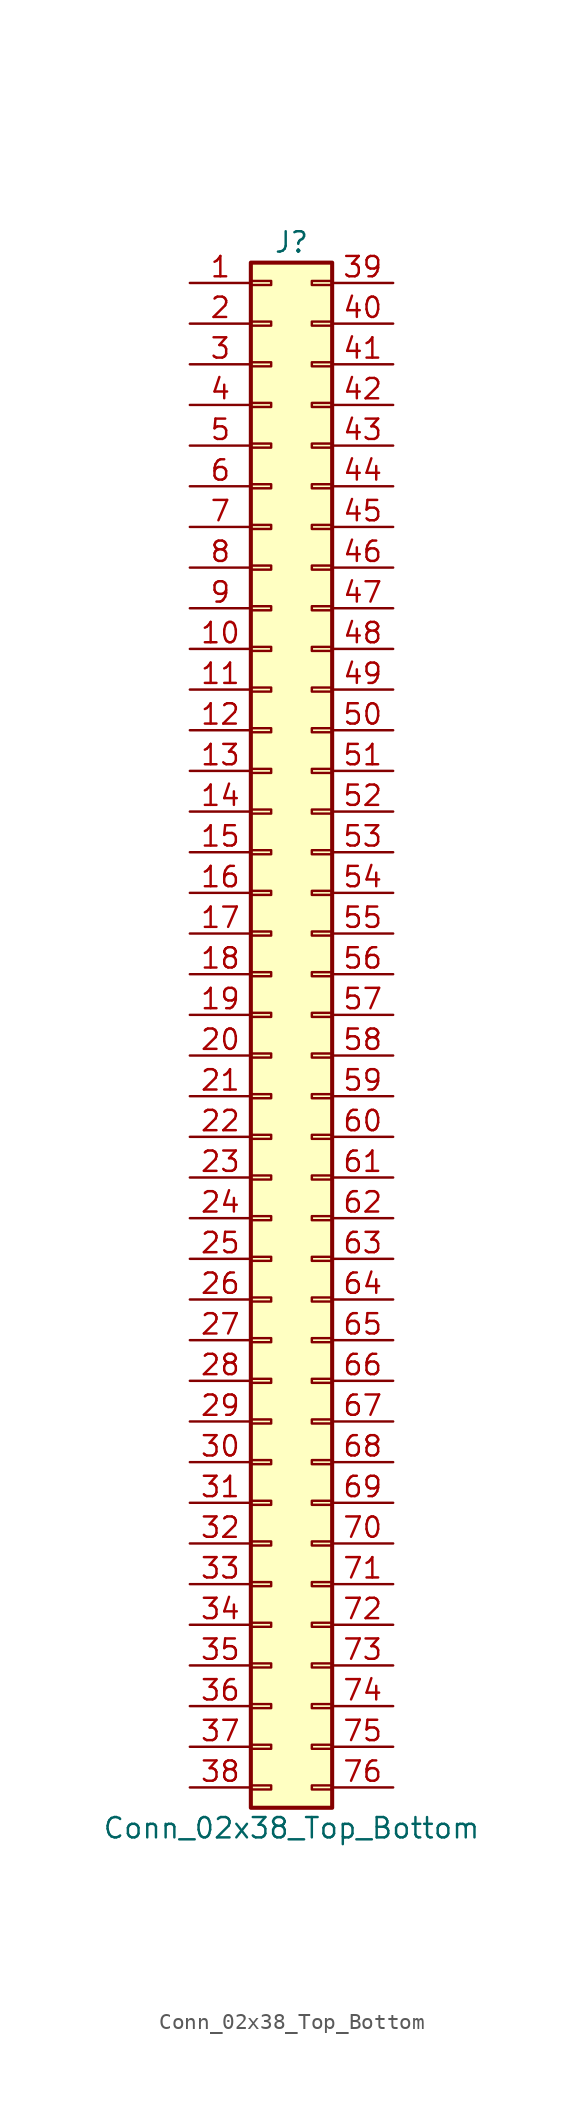
<source format=kicad_sym>
(kicad_symbol_lib
  (version 20211014)
  (generator kicad_symbol_editor)
  (symbol "Conn_02x38_Top_Bottom"
    (pin_names
      (offset 1.016) hide)
    (property "Reference" "J"
      (at 1.27 48.26 0)
      (effects (font (size 1.27 1.27))))
    (property "Value" "Conn_02x38_Top_Bottom"
      (at 1.27 -50.8 0)
      (effects (font (size 1.27 1.27))))
    (symbol "Conn_02x38_Top_Bottom_1_1"
      (rectangle (start -1.27 -48.133) (end 0 -48.387) (stroke (width 0.152) (type default) (color 0 0 0 0)) (fill (type none)))
      (rectangle (start -1.27 -45.593) (end 0 -45.847) (stroke (width 0.152) (type default) (color 0 0 0 0)) (fill (type none)))
      (rectangle (start -1.27 -43.053) (end 0 -43.307) (stroke (width 0.152) (type default) (color 0 0 0 0)) (fill (type none)))
      (rectangle (start -1.27 -40.513) (end 0 -40.767) (stroke (width 0.152) (type default) (color 0 0 0 0)) (fill (type none)))
      (rectangle (start -1.27 -37.973) (end 0 -38.227) (stroke (width 0.152) (type default) (color 0 0 0 0)) (fill (type none)))
      (rectangle (start -1.27 -35.433) (end 0 -35.687) (stroke (width 0.152) (type default) (color 0 0 0 0)) (fill (type none)))
      (rectangle (start -1.27 -32.893) (end 0 -33.147) (stroke (width 0.152) (type default) (color 0 0 0 0)) (fill (type none)))
      (rectangle (start -1.27 -30.353) (end 0 -30.607) (stroke (width 0.152) (type default) (color 0 0 0 0)) (fill (type none)))
      (rectangle (start -1.27 -27.813) (end 0 -28.067) (stroke (width 0.152) (type default) (color 0 0 0 0)) (fill (type none)))
      (rectangle (start -1.27 -25.273) (end 0 -25.527) (stroke (width 0.152) (type default) (color 0 0 0 0)) (fill (type none)))
      (rectangle (start -1.27 -22.733) (end 0 -22.987) (stroke (width 0.152) (type default) (color 0 0 0 0)) (fill (type none)))
      (rectangle (start -1.27 -20.193) (end 0 -20.447) (stroke (width 0.152) (type default) (color 0 0 0 0)) (fill (type none)))
      (rectangle (start -1.27 -17.653) (end 0 -17.907) (stroke (width 0.152) (type default) (color 0 0 0 0)) (fill (type none)))
      (rectangle (start -1.27 -15.113) (end 0 -15.367) (stroke (width 0.152) (type default) (color 0 0 0 0)) (fill (type none)))
      (rectangle (start -1.27 -12.573) (end 0 -12.827) (stroke (width 0.152) (type default) (color 0 0 0 0)) (fill (type none)))
      (rectangle (start -1.27 -10.033) (end 0 -10.287) (stroke (width 0.152) (type default) (color 0 0 0 0)) (fill (type none)))
      (rectangle (start -1.27 -7.493) (end 0 -7.747) (stroke (width 0.152) (type default) (color 0 0 0 0)) (fill (type none)))
      (rectangle (start -1.27 -4.953) (end 0 -5.207) (stroke (width 0.152) (type default) (color 0 0 0 0)) (fill (type none)))
      (rectangle (start -1.27 -2.413) (end 0 -2.667) (stroke (width 0.152) (type default) (color 0 0 0 0)) (fill (type none)))
      (rectangle (start -1.27 0.127) (end 0 -0.127) (stroke (width 0.152) (type default) (color 0 0 0 0)) (fill (type none)))
      (rectangle (start -1.27 2.667) (end 0 2.413) (stroke (width 0.152) (type default) (color 0 0 0 0)) (fill (type none)))
      (rectangle (start -1.27 5.207) (end 0 4.953) (stroke (width 0.152) (type default) (color 0 0 0 0)) (fill (type none)))
      (rectangle (start -1.27 7.747) (end 0 7.493) (stroke (width 0.152) (type default) (color 0 0 0 0)) (fill (type none)))
      (rectangle (start -1.27 10.287) (end 0 10.033) (stroke (width 0.152) (type default) (color 0 0 0 0)) (fill (type none)))
      (rectangle (start -1.27 12.827) (end 0 12.573) (stroke (width 0.152) (type default) (color 0 0 0 0)) (fill (type none)))
      (rectangle (start -1.27 15.367) (end 0 15.113) (stroke (width 0.152) (type default) (color 0 0 0 0)) (fill (type none)))
      (rectangle (start -1.27 17.907) (end 0 17.653) (stroke (width 0.152) (type default) (color 0 0 0 0)) (fill (type none)))
      (rectangle (start -1.27 20.447) (end 0 20.193) (stroke (width 0.152) (type default) (color 0 0 0 0)) (fill (type none)))
      (rectangle (start -1.27 22.987) (end 0 22.733) (stroke (width 0.152) (type default) (color 0 0 0 0)) (fill (type none)))
      (rectangle (start -1.27 25.527) (end 0 25.273) (stroke (width 0.152) (type default) (color 0 0 0 0)) (fill (type none)))
      (rectangle (start -1.27 28.067) (end 0 27.813) (stroke (width 0.152) (type default) (color 0 0 0 0)) (fill (type none)))
      (rectangle (start -1.27 30.607) (end 0 30.353) (stroke (width 0.152) (type default) (color 0 0 0 0)) (fill (type none)))
      (rectangle (start -1.27 33.147) (end 0 32.893) (stroke (width 0.152) (type default) (color 0 0 0 0)) (fill (type none)))
      (rectangle (start -1.27 35.687) (end 0 35.433) (stroke (width 0.152) (type default) (color 0 0 0 0)) (fill (type none)))
      (rectangle (start -1.27 38.227) (end 0 37.973) (stroke (width 0.152) (type default) (color 0 0 0 0)) (fill (type none)))
      (rectangle (start -1.27 40.767) (end 0 40.513) (stroke (width 0.152) (type default) (color 0 0 0 0)) (fill (type none)))
      (rectangle (start -1.27 43.307) (end 0 43.053) (stroke (width 0.152) (type default) (color 0 0 0 0)) (fill (type none)))
      (rectangle (start -1.27 45.847) (end 0 45.593) (stroke (width 0.152) (type default) (color 0 0 0 0)) (fill (type none)))
      (rectangle (start -1.27 46.99) (end 3.81 -49.53) (stroke (width 0.254) (type default) (color 0 0 0 0)) (fill (type background)))
      (rectangle (start 3.81 -48.133) (end 2.54 -48.387) (stroke (width 0.152) (type default) (color 0 0 0 0)) (fill (type none)))
      (rectangle (start 3.81 -45.593) (end 2.54 -45.847) (stroke (width 0.152) (type default) (color 0 0 0 0)) (fill (type none)))
      (rectangle (start 3.81 -43.053) (end 2.54 -43.307) (stroke (width 0.152) (type default) (color 0 0 0 0)) (fill (type none)))
      (rectangle (start 3.81 -40.513) (end 2.54 -40.767) (stroke (width 0.152) (type default) (color 0 0 0 0)) (fill (type none)))
      (rectangle (start 3.81 -37.973) (end 2.54 -38.227) (stroke (width 0.152) (type default) (color 0 0 0 0)) (fill (type none)))
      (rectangle (start 3.81 -35.433) (end 2.54 -35.687) (stroke (width 0.152) (type default) (color 0 0 0 0)) (fill (type none)))
      (rectangle (start 3.81 -32.893) (end 2.54 -33.147) (stroke (width 0.152) (type default) (color 0 0 0 0)) (fill (type none)))
      (rectangle (start 3.81 -30.353) (end 2.54 -30.607) (stroke (width 0.152) (type default) (color 0 0 0 0)) (fill (type none)))
      (rectangle (start 3.81 -27.813) (end 2.54 -28.067) (stroke (width 0.152) (type default) (color 0 0 0 0)) (fill (type none)))
      (rectangle (start 3.81 -25.273) (end 2.54 -25.527) (stroke (width 0.152) (type default) (color 0 0 0 0)) (fill (type none)))
      (rectangle (start 3.81 -22.733) (end 2.54 -22.987) (stroke (width 0.152) (type default) (color 0 0 0 0)) (fill (type none)))
      (rectangle (start 3.81 -20.193) (end 2.54 -20.447) (stroke (width 0.152) (type default) (color 0 0 0 0)) (fill (type none)))
      (rectangle (start 3.81 -17.653) (end 2.54 -17.907) (stroke (width 0.152) (type default) (color 0 0 0 0)) (fill (type none)))
      (rectangle (start 3.81 -15.113) (end 2.54 -15.367) (stroke (width 0.152) (type default) (color 0 0 0 0)) (fill (type none)))
      (rectangle (start 3.81 -12.573) (end 2.54 -12.827) (stroke (width 0.152) (type default) (color 0 0 0 0)) (fill (type none)))
      (rectangle (start 3.81 -10.033) (end 2.54 -10.287) (stroke (width 0.152) (type default) (color 0 0 0 0)) (fill (type none)))
      (rectangle (start 3.81 -7.493) (end 2.54 -7.747) (stroke (width 0.152) (type default) (color 0 0 0 0)) (fill (type none)))
      (rectangle (start 3.81 -4.953) (end 2.54 -5.207) (stroke (width 0.152) (type default) (color 0 0 0 0)) (fill (type none)))
      (rectangle (start 3.81 -2.413) (end 2.54 -2.667) (stroke (width 0.152) (type default) (color 0 0 0 0)) (fill (type none)))
      (rectangle (start 3.81 0.127) (end 2.54 -0.127) (stroke (width 0.152) (type default) (color 0 0 0 0)) (fill (type none)))
      (rectangle (start 3.81 2.667) (end 2.54 2.413) (stroke (width 0.152) (type default) (color 0 0 0 0)) (fill (type none)))
      (rectangle (start 3.81 5.207) (end 2.54 4.953) (stroke (width 0.152) (type default) (color 0 0 0 0)) (fill (type none)))
      (rectangle (start 3.81 7.747) (end 2.54 7.493) (stroke (width 0.152) (type default) (color 0 0 0 0)) (fill (type none)))
      (rectangle (start 3.81 10.287) (end 2.54 10.033) (stroke (width 0.152) (type default) (color 0 0 0 0)) (fill (type none)))
      (rectangle (start 3.81 12.827) (end 2.54 12.573) (stroke (width 0.152) (type default) (color 0 0 0 0)) (fill (type none)))
      (rectangle (start 3.81 15.367) (end 2.54 15.113) (stroke (width 0.152) (type default) (color 0 0 0 0)) (fill (type none)))
      (rectangle (start 3.81 17.907) (end 2.54 17.653) (stroke (width 0.152) (type default) (color 0 0 0 0)) (fill (type none)))
      (rectangle (start 3.81 20.447) (end 2.54 20.193) (stroke (width 0.152) (type default) (color 0 0 0 0)) (fill (type none)))
      (rectangle (start 3.81 22.987) (end 2.54 22.733) (stroke (width 0.152) (type default) (color 0 0 0 0)) (fill (type none)))
      (rectangle (start 3.81 25.527) (end 2.54 25.273) (stroke (width 0.152) (type default) (color 0 0 0 0)) (fill (type none)))
      (rectangle (start 3.81 28.067) (end 2.54 27.813) (stroke (width 0.152) (type default) (color 0 0 0 0)) (fill (type none)))
      (rectangle (start 3.81 30.607) (end 2.54 30.353) (stroke (width 0.152) (type default) (color 0 0 0 0)) (fill (type none)))
      (rectangle (start 3.81 33.147) (end 2.54 32.893) (stroke (width 0.152) (type default) (color 0 0 0 0)) (fill (type none)))
      (rectangle (start 3.81 35.687) (end 2.54 35.433) (stroke (width 0.152) (type default) (color 0 0 0 0)) (fill (type none)))
      (rectangle (start 3.81 38.227) (end 2.54 37.973) (stroke (width 0.152) (type default) (color 0 0 0 0)) (fill (type none)))
      (rectangle (start 3.81 40.767) (end 2.54 40.513) (stroke (width 0.152) (type default) (color 0 0 0 0)) (fill (type none)))
      (rectangle (start 3.81 43.307) (end 2.54 43.053) (stroke (width 0.152) (type default) (color 0 0 0 0)) (fill (type none)))
      (rectangle (start 3.81 45.847) (end 2.54 45.593) (stroke (width 0.152) (type default) (color 0 0 0 0)) (fill (type none)))
      (pin passive line (at -5.08 45.72 0) (length 3.81) (name "Pin_1" (effects (font (size 1.27 1.27)))) (number "1" (effects (font (size 1.27 1.27)))))
      (pin passive line (at -5.08 22.86 0) (length 3.81) (name "Pin_10" (effects (font (size 1.27 1.27)))) (number "10" (effects (font (size 1.27 1.27)))))
      (pin passive line (at -5.08 20.32 0) (length 3.81) (name "Pin_11" (effects (font (size 1.27 1.27)))) (number "11" (effects (font (size 1.27 1.27)))))
      (pin passive line (at -5.08 17.78 0) (length 3.81) (name "Pin_12" (effects (font (size 1.27 1.27)))) (number "12" (effects (font (size 1.27 1.27)))))
      (pin passive line (at -5.08 15.24 0) (length 3.81) (name "Pin_13" (effects (font (size 1.27 1.27)))) (number "13" (effects (font (size 1.27 1.27)))))
      (pin passive line (at -5.08 12.7 0) (length 3.81) (name "Pin_14" (effects (font (size 1.27 1.27)))) (number "14" (effects (font (size 1.27 1.27)))))
      (pin passive line (at -5.08 10.16 0) (length 3.81) (name "Pin_15" (effects (font (size 1.27 1.27)))) (number "15" (effects (font (size 1.27 1.27)))))
      (pin passive line (at -5.08 7.62 0) (length 3.81) (name "Pin_16" (effects (font (size 1.27 1.27)))) (number "16" (effects (font (size 1.27 1.27)))))
      (pin passive line (at -5.08 5.08 0) (length 3.81) (name "Pin_17" (effects (font (size 1.27 1.27)))) (number "17" (effects (font (size 1.27 1.27)))))
      (pin passive line (at -5.08 2.54 0) (length 3.81) (name "Pin_18" (effects (font (size 1.27 1.27)))) (number "18" (effects (font (size 1.27 1.27)))))
      (pin passive line (at -5.08 0 0) (length 3.81) (name "Pin_19" (effects (font (size 1.27 1.27)))) (number "19" (effects (font (size 1.27 1.27)))))
      (pin passive line (at -5.08 43.18 0) (length 3.81) (name "Pin_2" (effects (font (size 1.27 1.27)))) (number "2" (effects (font (size 1.27 1.27)))))
      (pin passive line (at -5.08 -2.54 0) (length 3.81) (name "Pin_20" (effects (font (size 1.27 1.27)))) (number "20" (effects (font (size 1.27 1.27)))))
      (pin passive line (at -5.08 -5.08 0) (length 3.81) (name "Pin_21" (effects (font (size 1.27 1.27)))) (number "21" (effects (font (size 1.27 1.27)))))
      (pin passive line (at -5.08 -7.62 0) (length 3.81) (name "Pin_22" (effects (font (size 1.27 1.27)))) (number "22" (effects (font (size 1.27 1.27)))))
      (pin passive line (at -5.08 -10.16 0) (length 3.81) (name "Pin_23" (effects (font (size 1.27 1.27)))) (number "23" (effects (font (size 1.27 1.27)))))
      (pin passive line (at -5.08 -12.7 0) (length 3.81) (name "Pin_24" (effects (font (size 1.27 1.27)))) (number "24" (effects (font (size 1.27 1.27)))))
      (pin passive line (at -5.08 -15.24 0) (length 3.81) (name "Pin_25" (effects (font (size 1.27 1.27)))) (number "25" (effects (font (size 1.27 1.27)))))
      (pin passive line (at -5.08 -17.78 0) (length 3.81) (name "Pin_26" (effects (font (size 1.27 1.27)))) (number "26" (effects (font (size 1.27 1.27)))))
      (pin passive line (at -5.08 -20.32 0) (length 3.81) (name "Pin_27" (effects (font (size 1.27 1.27)))) (number "27" (effects (font (size 1.27 1.27)))))
      (pin passive line (at -5.08 -22.86 0) (length 3.81) (name "Pin_28" (effects (font (size 1.27 1.27)))) (number "28" (effects (font (size 1.27 1.27)))))
      (pin passive line (at -5.08 -25.4 0) (length 3.81) (name "Pin_29" (effects (font (size 1.27 1.27)))) (number "29" (effects (font (size 1.27 1.27)))))
      (pin passive line (at -5.08 40.64 0) (length 3.81) (name "Pin_3" (effects (font (size 1.27 1.27)))) (number "3" (effects (font (size 1.27 1.27)))))
      (pin passive line (at -5.08 -27.94 0) (length 3.81) (name "Pin_30" (effects (font (size 1.27 1.27)))) (number "30" (effects (font (size 1.27 1.27)))))
      (pin passive line (at -5.08 -30.48 0) (length 3.81) (name "Pin_31" (effects (font (size 1.27 1.27)))) (number "31" (effects (font (size 1.27 1.27)))))
      (pin passive line (at -5.08 -33.02 0) (length 3.81) (name "Pin_32" (effects (font (size 1.27 1.27)))) (number "32" (effects (font (size 1.27 1.27)))))
      (pin passive line (at -5.08 -35.56 0) (length 3.81) (name "Pin_33" (effects (font (size 1.27 1.27)))) (number "33" (effects (font (size 1.27 1.27)))))
      (pin passive line (at -5.08 -38.1 0) (length 3.81) (name "Pin_34" (effects (font (size 1.27 1.27)))) (number "34" (effects (font (size 1.27 1.27)))))
      (pin passive line (at -5.08 -40.64 0) (length 3.81) (name "Pin_35" (effects (font (size 1.27 1.27)))) (number "35" (effects (font (size 1.27 1.27)))))
      (pin passive line (at -5.08 -43.18 0) (length 3.81) (name "Pin_36" (effects (font (size 1.27 1.27)))) (number "36" (effects (font (size 1.27 1.27)))))
      (pin passive line (at -5.08 -45.72 0) (length 3.81) (name "Pin_37" (effects (font (size 1.27 1.27)))) (number "37" (effects (font (size 1.27 1.27)))))
      (pin passive line (at -5.08 -48.26 0) (length 3.81) (name "Pin_38" (effects (font (size 1.27 1.27)))) (number "38" (effects (font (size 1.27 1.27)))))
      (pin passive line (at 7.62 45.72 180) (length 3.81) (name "Pin_39" (effects (font (size 1.27 1.27)))) (number "39" (effects (font (size 1.27 1.27)))))
      (pin passive line (at -5.08 38.1 0) (length 3.81) (name "Pin_4" (effects (font (size 1.27 1.27)))) (number "4" (effects (font (size 1.27 1.27)))))
      (pin passive line (at 7.62 43.18 180) (length 3.81) (name "Pin_40" (effects (font (size 1.27 1.27)))) (number "40" (effects (font (size 1.27 1.27)))))
      (pin passive line (at 7.62 40.64 180) (length 3.81) (name "Pin_41" (effects (font (size 1.27 1.27)))) (number "41" (effects (font (size 1.27 1.27)))))
      (pin passive line (at 7.62 38.1 180) (length 3.81) (name "Pin_42" (effects (font (size 1.27 1.27)))) (number "42" (effects (font (size 1.27 1.27)))))
      (pin passive line (at 7.62 35.56 180) (length 3.81) (name "Pin_43" (effects (font (size 1.27 1.27)))) (number "43" (effects (font (size 1.27 1.27)))))
      (pin passive line (at 7.62 33.02 180) (length 3.81) (name "Pin_44" (effects (font (size 1.27 1.27)))) (number "44" (effects (font (size 1.27 1.27)))))
      (pin passive line (at 7.62 30.48 180) (length 3.81) (name "Pin_45" (effects (font (size 1.27 1.27)))) (number "45" (effects (font (size 1.27 1.27)))))
      (pin passive line (at 7.62 27.94 180) (length 3.81) (name "Pin_46" (effects (font (size 1.27 1.27)))) (number "46" (effects (font (size 1.27 1.27)))))
      (pin passive line (at 7.62 25.4 180) (length 3.81) (name "Pin_47" (effects (font (size 1.27 1.27)))) (number "47" (effects (font (size 1.27 1.27)))))
      (pin passive line (at 7.62 22.86 180) (length 3.81) (name "Pin_48" (effects (font (size 1.27 1.27)))) (number "48" (effects (font (size 1.27 1.27)))))
      (pin passive line (at 7.62 20.32 180) (length 3.81) (name "Pin_49" (effects (font (size 1.27 1.27)))) (number "49" (effects (font (size 1.27 1.27)))))
      (pin passive line (at -5.08 35.56 0) (length 3.81) (name "Pin_5" (effects (font (size 1.27 1.27)))) (number "5" (effects (font (size 1.27 1.27)))))
      (pin passive line (at 7.62 17.78 180) (length 3.81) (name "Pin_50" (effects (font (size 1.27 1.27)))) (number "50" (effects (font (size 1.27 1.27)))))
      (pin passive line (at 7.62 15.24 180) (length 3.81) (name "Pin_51" (effects (font (size 1.27 1.27)))) (number "51" (effects (font (size 1.27 1.27)))))
      (pin passive line (at 7.62 12.7 180) (length 3.81) (name "Pin_52" (effects (font (size 1.27 1.27)))) (number "52" (effects (font (size 1.27 1.27)))))
      (pin passive line (at 7.62 10.16 180) (length 3.81) (name "Pin_53" (effects (font (size 1.27 1.27)))) (number "53" (effects (font (size 1.27 1.27)))))
      (pin passive line (at 7.62 7.62 180) (length 3.81) (name "Pin_54" (effects (font (size 1.27 1.27)))) (number "54" (effects (font (size 1.27 1.27)))))
      (pin passive line (at 7.62 5.08 180) (length 3.81) (name "Pin_55" (effects (font (size 1.27 1.27)))) (number "55" (effects (font (size 1.27 1.27)))))
      (pin passive line (at 7.62 2.54 180) (length 3.81) (name "Pin_56" (effects (font (size 1.27 1.27)))) (number "56" (effects (font (size 1.27 1.27)))))
      (pin passive line (at 7.62 0 180) (length 3.81) (name "Pin_57" (effects (font (size 1.27 1.27)))) (number "57" (effects (font (size 1.27 1.27)))))
      (pin passive line (at 7.62 -2.54 180) (length 3.81) (name "Pin_58" (effects (font (size 1.27 1.27)))) (number "58" (effects (font (size 1.27 1.27)))))
      (pin passive line (at 7.62 -5.08 180) (length 3.81) (name "Pin_59" (effects (font (size 1.27 1.27)))) (number "59" (effects (font (size 1.27 1.27)))))
      (pin passive line (at -5.08 33.02 0) (length 3.81) (name "Pin_6" (effects (font (size 1.27 1.27)))) (number "6" (effects (font (size 1.27 1.27)))))
      (pin passive line (at 7.62 -7.62 180) (length 3.81) (name "Pin_60" (effects (font (size 1.27 1.27)))) (number "60" (effects (font (size 1.27 1.27)))))
      (pin passive line (at 7.62 -10.16 180) (length 3.81) (name "Pin_61" (effects (font (size 1.27 1.27)))) (number "61" (effects (font (size 1.27 1.27)))))
      (pin passive line (at 7.62 -12.7 180) (length 3.81) (name "Pin_62" (effects (font (size 1.27 1.27)))) (number "62" (effects (font (size 1.27 1.27)))))
      (pin passive line (at 7.62 -15.24 180) (length 3.81) (name "Pin_63" (effects (font (size 1.27 1.27)))) (number "63" (effects (font (size 1.27 1.27)))))
      (pin passive line (at 7.62 -17.78 180) (length 3.81) (name "Pin_64" (effects (font (size 1.27 1.27)))) (number "64" (effects (font (size 1.27 1.27)))))
      (pin passive line (at 7.62 -20.32 180) (length 3.81) (name "Pin_65" (effects (font (size 1.27 1.27)))) (number "65" (effects (font (size 1.27 1.27)))))
      (pin passive line (at 7.62 -22.86 180) (length 3.81) (name "Pin_66" (effects (font (size 1.27 1.27)))) (number "66" (effects (font (size 1.27 1.27)))))
      (pin passive line (at 7.62 -25.4 180) (length 3.81) (name "Pin_67" (effects (font (size 1.27 1.27)))) (number "67" (effects (font (size 1.27 1.27)))))
      (pin passive line (at 7.62 -27.94 180) (length 3.81) (name "Pin_68" (effects (font (size 1.27 1.27)))) (number "68" (effects (font (size 1.27 1.27)))))
      (pin passive line (at 7.62 -30.48 180) (length 3.81) (name "Pin_69" (effects (font (size 1.27 1.27)))) (number "69" (effects (font (size 1.27 1.27)))))
      (pin passive line (at -5.08 30.48 0) (length 3.81) (name "Pin_7" (effects (font (size 1.27 1.27)))) (number "7" (effects (font (size 1.27 1.27)))))
      (pin passive line (at 7.62 -33.02 180) (length 3.81) (name "Pin_70" (effects (font (size 1.27 1.27)))) (number "70" (effects (font (size 1.27 1.27)))))
      (pin passive line (at 7.62 -35.56 180) (length 3.81) (name "Pin_71" (effects (font (size 1.27 1.27)))) (number "71" (effects (font (size 1.27 1.27)))))
      (pin passive line (at 7.62 -38.1 180) (length 3.81) (name "Pin_72" (effects (font (size 1.27 1.27)))) (number "72" (effects (font (size 1.27 1.27)))))
      (pin passive line (at 7.62 -40.64 180) (length 3.81) (name "Pin_73" (effects (font (size 1.27 1.27)))) (number "73" (effects (font (size 1.27 1.27)))))
      (pin passive line (at 7.62 -43.18 180) (length 3.81) (name "Pin_74" (effects (font (size 1.27 1.27)))) (number "74" (effects (font (size 1.27 1.27)))))
      (pin passive line (at 7.62 -45.72 180) (length 3.81) (name "Pin_75" (effects (font (size 1.27 1.27)))) (number "75" (effects (font (size 1.27 1.27)))))
      (pin passive line (at 7.62 -48.26 180) (length 3.81) (name "Pin_76" (effects (font (size 1.27 1.27)))) (number "76" (effects (font (size 1.27 1.27)))))
      (pin passive line (at -5.08 27.94 0) (length 3.81) (name "Pin_8" (effects (font (size 1.27 1.27)))) (number "8" (effects (font (size 1.27 1.27)))))
      (pin passive line (at -5.08 25.4 0) (length 3.81) (name "Pin_9" (effects (font (size 1.27 1.27)))) (number "9" (effects (font (size 1.27 1.27))))))))
</source>
